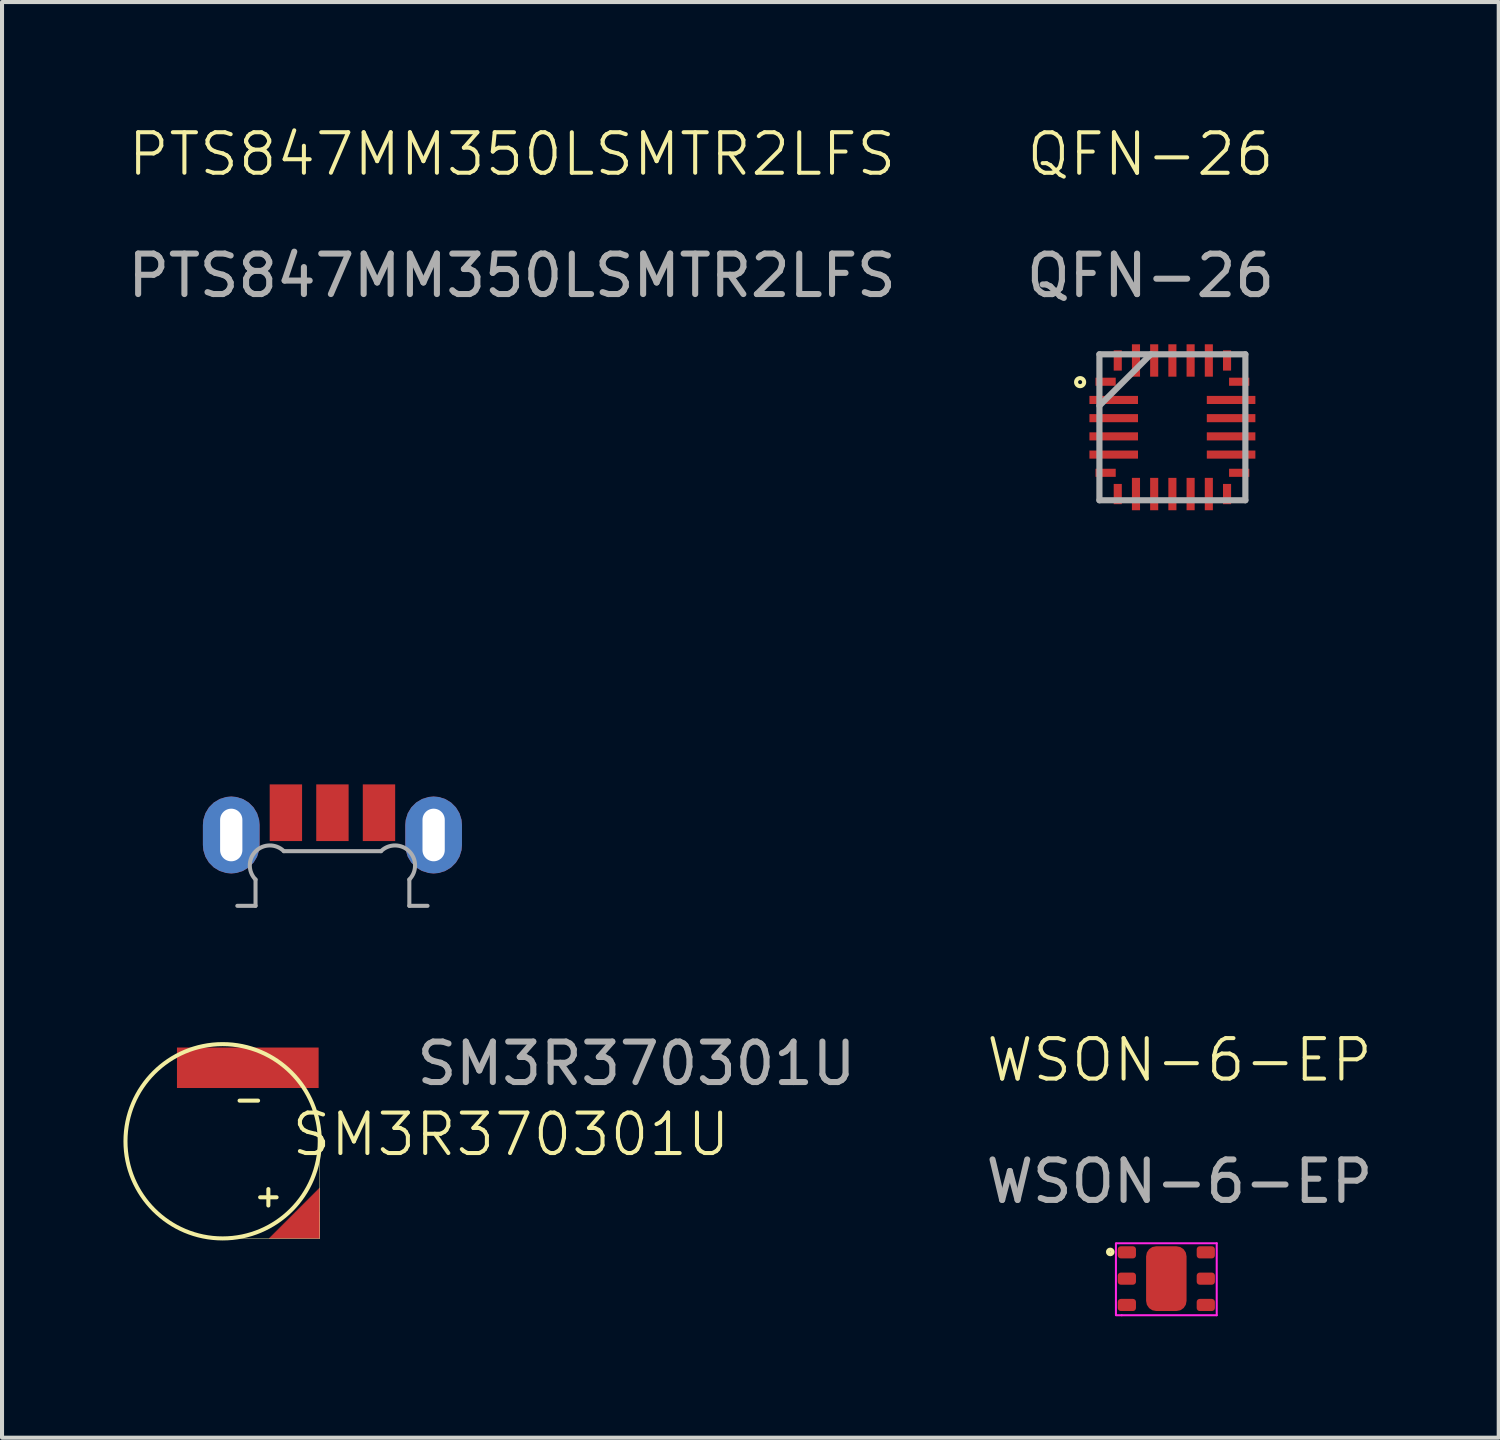
<source format=kicad_pcb>
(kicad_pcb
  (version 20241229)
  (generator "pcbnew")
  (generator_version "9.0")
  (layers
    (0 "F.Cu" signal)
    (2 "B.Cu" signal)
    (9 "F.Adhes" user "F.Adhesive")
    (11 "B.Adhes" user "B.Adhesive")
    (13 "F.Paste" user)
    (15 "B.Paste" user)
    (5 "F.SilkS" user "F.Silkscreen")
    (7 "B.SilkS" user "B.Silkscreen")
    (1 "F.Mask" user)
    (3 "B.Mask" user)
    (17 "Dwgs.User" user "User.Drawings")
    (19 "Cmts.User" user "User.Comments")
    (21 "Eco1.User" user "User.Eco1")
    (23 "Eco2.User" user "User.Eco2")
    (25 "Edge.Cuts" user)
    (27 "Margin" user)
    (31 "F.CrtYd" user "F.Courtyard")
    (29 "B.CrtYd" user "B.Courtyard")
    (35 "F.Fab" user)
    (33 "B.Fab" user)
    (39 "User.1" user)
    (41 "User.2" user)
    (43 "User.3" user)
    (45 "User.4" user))
  (footprint "QFN-26"
    (layer "F.Cu")
    (at 24.265 6.391)
    (property "Reference" "QFN-26" (at 1.11 -5.63 0) (unlocked yes) (layer "F.SilkS") (effects (font (size 1 1) (thickness 0.1))))
    (attr smd)
    (fp_poly (pts (xy 0.413 3.178) (xy 0.187 3.178) (xy 0.187 2.678) (xy 0.087 2.678) (xy 0.087 2.353) (xy -0.413 2.353) (xy -0.413 2.127) (xy 0.413 2.127)) (stroke (width 0) (type default)) (fill yes) (layer "F.Mask"))
    (fp_poly (pts (xy 3.113 -0.448) (xy 3.213 -0.448) (xy 3.213 -0.123) (xy 3.713 -0.123) (xy 3.713 0.103) (xy 2.887 0.103) (xy 2.887 -0.948) (xy 3.113 -0.948)) (stroke (width 0) (type default)) (fill yes) (layer "F.Mask"))
    (fp_poly (pts (xy 3.713 2.353) (xy 3.213 2.353) (xy 3.213 2.678) (xy 3.113 2.678) (xy 3.113 3.178) (xy 2.887 3.178) (xy 2.887 2.127) (xy 3.713 2.127)) (stroke (width 0) (type default)) (fill yes) (layer "F.Mask"))
    (fp_poly (pts (xy 0.411 -0.055) (xy 0.254 0.103) (xy -0.414 0.103) (xy -0.414 -0.123) (xy 0.086 -0.123) (xy 0.086 -0.448) (xy 0.186 -0.448) (xy 0.186 -0.948) (xy 0.411 -0.948)) (stroke (width 0) (type solid)) (fill yes) (layer "F.Mask"))
    (fp_circle (center -0.63 0) (end -0.53 0) (stroke (width 0.1) (type default)) (fill no) (layer "F.SilkS"))
    (fp_line (start -0.153 -0.688) (end -0.153 2.918) (stroke (width 0.152) (type solid)) (layer "F.Fab"))
    (fp_line (start -0.153 0.582) (end 1.117 -0.688) (stroke (width 0.152) (type solid)) (layer "F.Fab"))
    (fp_line (start -0.153 2.918) (end 3.453 2.918) (stroke (width 0.152) (type solid)) (layer "F.Fab"))
    (fp_line (start 3.453 -0.688) (end -0.153 -0.688) (stroke (width 0.152) (type solid)) (layer "F.Fab"))
    (fp_line (start 3.453 2.918) (end 3.453 -0.688) (stroke (width 0.152) (type solid)) (layer "F.Fab"))
    (fp_text user "${REFERENCE}" (at 1.11 -2.63 0) (unlocked yes) (layer "F.Fab") (effects (font (size 1 1) (thickness 0.15))))
    (pad "1" smd rect (at 0 -0.01) (size 0.5 0.2) (layers "F.Cu" "F.Mask" "F.Paste"))
    (pad "2" smd rect (at 0.2 0.44) (size 1.2 0.2) (layers "F.Cu" "F.Mask" "F.Paste"))
    (pad "3" smd rect (at 0.2 0.89) (size 1.2 0.2) (layers "F.Cu" "F.Mask" "F.Paste"))
    (pad "4" smd rect (at 0.2 1.34) (size 1.2 0.2) (layers "F.Cu" "F.Mask" "F.Paste"))
    (pad "5" smd rect (at 0.2 1.79) (size 1.2 0.2) (layers "F.Cu" "F.Mask" "F.Paste"))
    (pad "6" smd rect (at 0 2.24) (size 0.5 0.2) (layers "F.Cu" "F.Mask" "F.Paste"))
    (pad "7" smd rect (at 0.3 2.765 90) (size 0.5 0.2) (layers "F.Cu" "F.Mask" "F.Paste"))
    (pad "8" smd rect (at 0.75 2.765 90) (size 0.8 0.2) (layers "F.Cu" "F.Mask" "F.Paste"))
    (pad "9" smd rect (at 1.2 2.765 90) (size 0.8 0.2) (layers "F.Cu" "F.Mask" "F.Paste"))
    (pad "10" smd rect (at 1.65 2.765 90) (size 0.8 0.2) (layers "F.Cu" "F.Mask" "F.Paste"))
    (pad "11" smd rect (at 2.1 2.765 90) (size 0.8 0.2) (layers "F.Cu" "F.Mask" "F.Paste"))
    (pad "12" smd rect (at 2.55 2.765 90) (size 0.8 0.2) (layers "F.Cu" "F.Mask" "F.Paste"))
    (pad "13" smd rect (at 3 2.765 90) (size 0.5 0.2) (layers "F.Cu" "F.Mask" "F.Paste"))
    (pad "14" smd rect (at 3.3 2.24 180) (size 0.5 0.2) (layers "F.Cu" "F.Mask" "F.Paste"))
    (pad "15" smd rect (at 3.1 1.79 180) (size 1.2 0.2) (layers "F.Cu" "F.Mask" "F.Paste"))
    (pad "16" smd rect (at 3.1 1.34 180) (size 1.2 0.2) (layers "F.Cu" "F.Mask" "F.Paste"))
    (pad "17" smd rect (at 3.1 0.89 180) (size 1.2 0.2) (layers "F.Cu" "F.Mask" "F.Paste"))
    (pad "18" smd rect (at 3.1 0.44 180) (size 1.2 0.2) (layers "F.Cu" "F.Mask" "F.Paste"))
    (pad "19" smd rect (at 3.3 -0.01 180) (size 0.5 0.2) (layers "F.Cu" "F.Mask" "F.Paste"))
    (pad "20" smd rect (at 3 -0.535 270) (size 0.5 0.2) (layers "F.Cu" "F.Mask" "F.Paste"))
    (pad "21" smd rect (at 2.55 -0.535 270) (size 0.8 0.2) (layers "F.Cu" "F.Mask" "F.Paste"))
    (pad "22" smd rect (at 2.1 -0.535 270) (size 0.8 0.2) (layers "F.Cu" "F.Mask" "F.Paste"))
    (pad "23" smd rect (at 1.65 -0.535 270) (size 0.8 0.2) (layers "F.Cu" "F.Mask" "F.Paste"))
    (pad "24" smd rect (at 1.2 -0.535 270) (size 0.8 0.2) (layers "F.Cu" "F.Mask" "F.Paste"))
    (pad "25" smd rect (at 0.75 -0.535 270) (size 0.8 0.2) (layers "F.Cu" "F.Mask" "F.Paste"))
    (pad "26" smd rect (at 0.3 -0.535 270) (size 0.5 0.2) (layers "F.Cu" "F.Mask" "F.Paste")))
  (footprint "WSON-6-EP"
    (layer "F.Cu")
    (at 24.79 29.19)
    (property "Reference" "WSON-6-EP" (at 1.3 -6.05 0) (unlocked yes) (layer "F.SilkS") (effects (font (size 1 1) (thickness 0.1))))
    (attr smd)
    (fp_circle (center -0.41 -1.31) (end -0.37 -1.27) (stroke (width 0.1) (type default)) (fill no) (layer "F.SilkS"))
    (fp_line (start -0.27 0.254) (end -0.27 -1.524) (stroke (width 0.05) (type default)) (layer "F.CrtYd"))
    (fp_line (start -0.254 -1.524) (end 2.22 -1.524) (stroke (width 0.05) (type default)) (layer "F.CrtYd"))
    (fp_line (start -0.127 0.254) (end -0.254 0.254) (stroke (width 0.05) (type default)) (layer "F.CrtYd"))
    (fp_line (start 2.22 -1.524) (end 2.22 0.254) (stroke (width 0.05) (type default)) (layer "F.CrtYd"))
    (fp_line (start 2.22 0.254) (end -0.127 0.254) (stroke (width 0.05) (type default)) (layer "F.CrtYd"))
    (fp_text user "${REFERENCE}" (at 1.3 -3.05 0) (unlocked yes) (layer "F.Fab") (effects (font (size 1 1) (thickness 0.15))))
    (pad "1" smd roundrect (at 0 -1.3 90) (size 0.3 0.45) (layers "F.Cu" "F.Mask" "F.Paste") (roundrect_rratio 0.25))
    (pad "2" smd roundrect (at 0 -0.65 90) (size 0.3 0.45) (layers "F.Cu" "F.Mask" "F.Paste") (roundrect_rratio 0.25))
    (pad "3" smd roundrect (at 0 0 90) (size 0.3 0.45) (layers "F.Cu" "F.Mask" "F.Paste") (roundrect_rratio 0.25))
    (pad "4" smd roundrect (at 1.95 0 90) (size 0.3 0.45) (layers "F.Cu" "F.Mask" "F.Paste") (roundrect_rratio 0.25))
    (pad "5" smd roundrect (at 1.95 -0.65 90) (size 0.3 0.45) (layers "F.Cu" "F.Mask" "F.Paste") (roundrect_rratio 0.25))
    (pad "6" smd roundrect (at 1.95 -1.3 90) (size 0.3 0.45) (layers "F.Cu" "F.Mask" "F.Paste") (roundrect_rratio 0.25))
    (pad "7" smd roundrect (at 0.975 -0.65 180) (size 1 1.6) (layers "F.Cu" "F.Mask" "F.Paste") (roundrect_rratio 0.25)))
  (footprint "PTS847MM350LSMTR2LFS"
    (layer "F.Cu")
    (at 4.013 16.992)
    (property "Reference" "PTS847MM350LSMTR2LFS" (at 5.588 -16.232 0) (unlocked yes) (layer "F.SilkS") (effects (font (size 1 1) (thickness 0.1))))
    (attr smd)
    (fp_line (start -1.2 2.337) (end -0.75 2.337) (stroke (width 0.1) (type solid)) (layer "F.Fab"))
    (fp_line (start -0.75 2.337) (end -0.75 1.687) (stroke (width 0.1) (type solid)) (layer "F.Fab"))
    (fp_line (start -0.05 0.987) (end 2.35 0.987) (stroke (width 0.1) (type solid)) (layer "F.Fab"))
    (fp_line (start 3.05 1.687) (end 3.05 2.337) (stroke (width 0.1) (type solid)) (layer "F.Fab"))
    (fp_line (start 3.05 2.337) (end 3.5 2.337) (stroke (width 0.1) (type solid)) (layer "F.Fab"))
    (fp_arc (start -0.75 1.6868) (mid -0.75 0.9868) (end -0.05 0.9868) (stroke (width 0.1) (type solid)) (layer "F.Fab"))
    (fp_arc (start 2.35 0.9868) (mid 3.05 0.9868) (end 3.05 1.6868) (stroke (width 0.1) (type solid)) (layer "F.Fab"))
    (fp_text user "${REFERENCE}" (at 5.588 -13.232 0) (unlocked yes) (layer "F.Fab") (effects (font (size 1 1) (thickness 0.15))))
    (pad "1" smd rect (at 0 0.037) (size 0.8 1.4) (layers "F.Cu" "F.Mask" "F.Paste"))
    (pad "2" smd rect (at 1.15 0.037) (size 0.8 1.4) (layers "F.Cu" "F.Mask" "F.Paste"))
    (pad "3" smd rect (at 2.3 0.037) (size 0.8 1.4) (layers "F.Cu" "F.Mask" "F.Paste"))
    (pad "BP1" smd roundrect (at -1.35 0.587) (size 1.2 1.6) (layers "B.Cu" "B.Mask") (roundrect_rratio 0.5))
    (pad "BP2" smd roundrect (at 3.65 0.587) (size 1.2 1.6) (layers "B.Cu" "B.Mask") (roundrect_rratio 0.5))
    (pad "TP1" thru_hole roundrect (at -1.35 0.587) (size 1.4 1.9) (drill oval 0.55 1.3) (layers "*.Cu" "*.Mask") (roundrect_rratio 0.5))
    (pad "TP2" thru_hole roundrect (at 3.65 0.587) (size 1.4 1.9) (drill oval 0.55 1.3) (layers "*.Cu" "*.Mask") (roundrect_rratio 0.5)))
  (footprint "SM3R370301U"
    (layer "F.Cu")
    (at 4.85 27.546)
    (property "Reference" "SM3R370301U" (at 4.724 -2.567 0) (unlocked yes) (layer "F.SilkS") (effects (font (size 1 1) (thickness 0.1))))
    (attr smd)
    (fp_poly (pts (xy 0 -1.25) (xy 0 0) (xy -1.25 0)) (stroke (width 0.01) (type solid)) (fill yes) (layer "F.Cu"))
    (fp_poly (pts (xy 0 -1.25) (xy -1.25 0) (xy 0 0)) (stroke (width 0.01) (type solid)) (fill yes) (layer "F.Mask"))
    (fp_line (start -1.981 -3.404) (end -1.524 -3.404) (stroke (width 0.1) (type default)) (layer "F.SilkS"))
    (fp_line (start -1.473 -1.016) (end -1.067 -1.016) (stroke (width 0.1) (type default)) (layer "F.SilkS"))
    (fp_line (start -1.27 -1.219) (end -1.27 -0.813) (stroke (width 0.1) (type default)) (layer "F.SilkS"))
    (fp_line (start 0 0) (end -2.4 0) (stroke (width 0.01) (type default)) (layer "F.SilkS"))
    (fp_line (start 0 0) (end 0 -2.4) (stroke (width 0.01) (type default)) (layer "F.SilkS"))
    (fp_circle (center -2.4 -2.4) (end 0 -2.4) (stroke (width 0.1) (type default)) (fill no) (layer "F.SilkS"))
    (fp_text user "${REFERENCE}" (at 7.823 -4.318 0) (unlocked yes) (layer "F.Fab") (effects (font (size 1 1) (thickness 0.15))))
    (pad "1" smd custom (at -0.3 -0.35) (size 0.6 0.6) (layers "F.Cu" "F.Mask" "F.Paste") (options (anchor rect)) (primitives))
    (pad "2" smd custom (at -1.778 -4.216 90) (size 1 3.5) (layers "F.Cu" "F.Mask" "F.Paste") (options (anchor rect)) (primitives)))
  (gr_rect
    (start -3 -3)
    (end 33.977 32.469)
    (stroke (width 0.1) (type default))
    (fill no)
    (layer "Edge.Cuts")))
</source>
